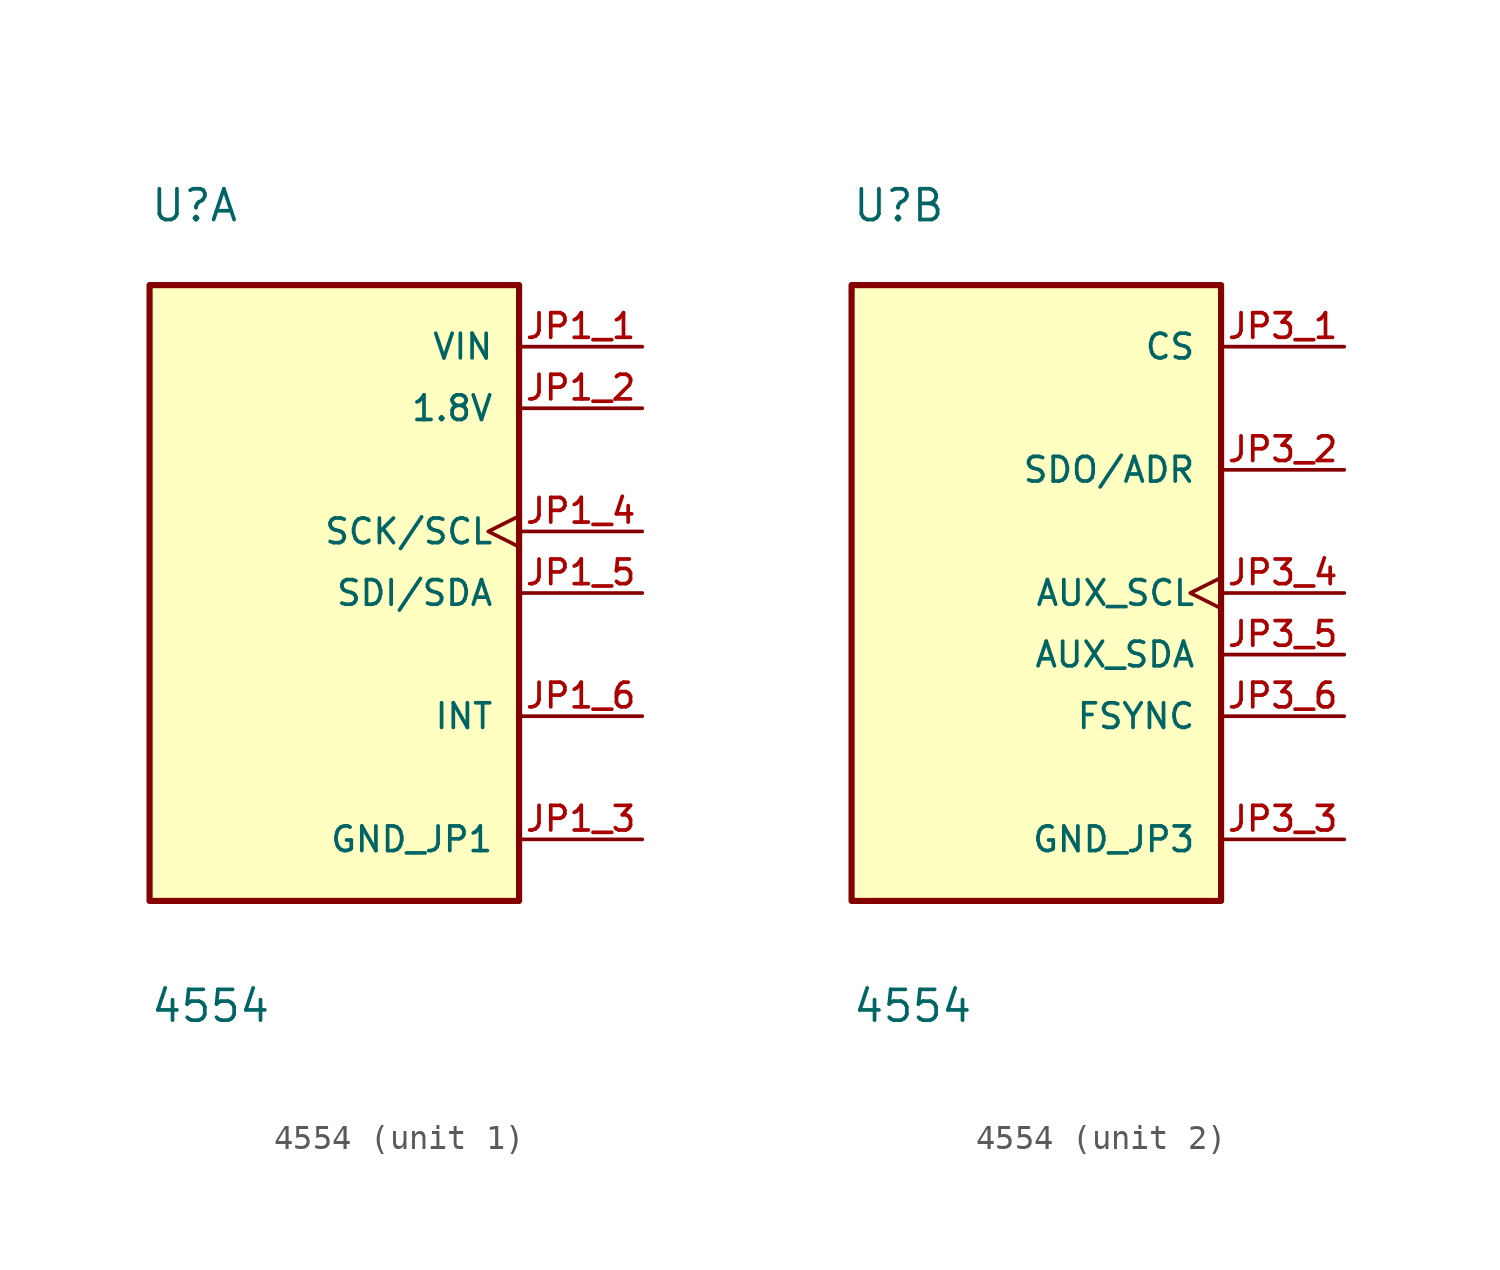
<source format=kicad_sym>
(kicad_symbol_lib
  (version 20211014)
  (generator kicad_symbol_editor)
  (symbol "4554"
    (pin_names
      (offset 1.016))
    (property "Reference" "U"
      (at -7.62 15.24 0)
      (effects (font (size 1.27 1.27)) (justify bottom left)))
    (property "Value" "4554"
      (at -7.62 -17.78 0)
      (effects (font (size 1.27 1.27)) (justify bottom left)))
    (symbol "4554_1_0"
      (rectangle (start -7.62 -12.7) (end 7.62 12.7) (stroke (width 0.254)) (fill (type background)))
      (pin power_in line (at 12.7 10.16 180.0) (length 5.08) (name "VIN" (effects (font (size 1.016 1.016)))) (number "JP1_1" (effects (font (size 1.016 1.016)))))
      (pin power_in line (at 12.7 7.62 180.0) (length 5.08) (name "1.8V" (effects (font (size 1.016 1.016)))) (number "JP1_2" (effects (font (size 1.016 1.016)))))
      (pin input clock (at 12.7 2.54 180.0) (length 5.08) (name "SCK/SCL" (effects (font (size 1.016 1.016)))) (number "JP1_4" (effects (font (size 1.016 1.016)))))
      (pin input line (at 12.7 0.0 180.0) (length 5.08) (name "SDI/SDA" (effects (font (size 1.016 1.016)))) (number "JP1_5" (effects (font (size 1.016 1.016)))))
      (pin output line (at 12.7 -5.08 180.0) (length 5.08) (name "INT" (effects (font (size 1.016 1.016)))) (number "JP1_6" (effects (font (size 1.016 1.016)))))
      (pin power_in line (at 12.7 -10.16 180.0) (length 5.08) (name "GND_JP1" (effects (font (size 1.016 1.016)))) (number "JP1_3" (effects (font (size 1.016 1.016))))))
    (symbol "4554_2_0"
      (rectangle (start -7.62 -12.7) (end 7.62 12.7) (stroke (width 0.254)) (fill (type background)))
      (pin input line (at 12.7 10.16 180.0) (length 5.08) (name "CS" (effects (font (size 1.016 1.016)))) (number "JP3_1" (effects (font (size 1.016 1.016)))))
      (pin passive line (at 12.7 5.08 180.0) (length 5.08) (name "SDO/ADR" (effects (font (size 1.016 1.016)))) (number "JP3_2" (effects (font (size 1.016 1.016)))))
      (pin passive clock (at 12.7 0.0 180.0) (length 5.08) (name "AUX_SCL" (effects (font (size 1.016 1.016)))) (number "JP3_4" (effects (font (size 1.016 1.016)))))
      (pin passive line (at 12.7 -2.54 180.0) (length 5.08) (name "AUX_SDA" (effects (font (size 1.016 1.016)))) (number "JP3_5" (effects (font (size 1.016 1.016)))))
      (pin passive line (at 12.7 -5.08 180.0) (length 5.08) (name "FSYNC" (effects (font (size 1.016 1.016)))) (number "JP3_6" (effects (font (size 1.016 1.016)))))
      (pin power_in line (at 12.7 -10.16 180.0) (length 5.08) (name "GND_JP3" (effects (font (size 1.016 1.016)))) (number "JP3_3" (effects (font (size 1.016 1.016))))))))
</source>
